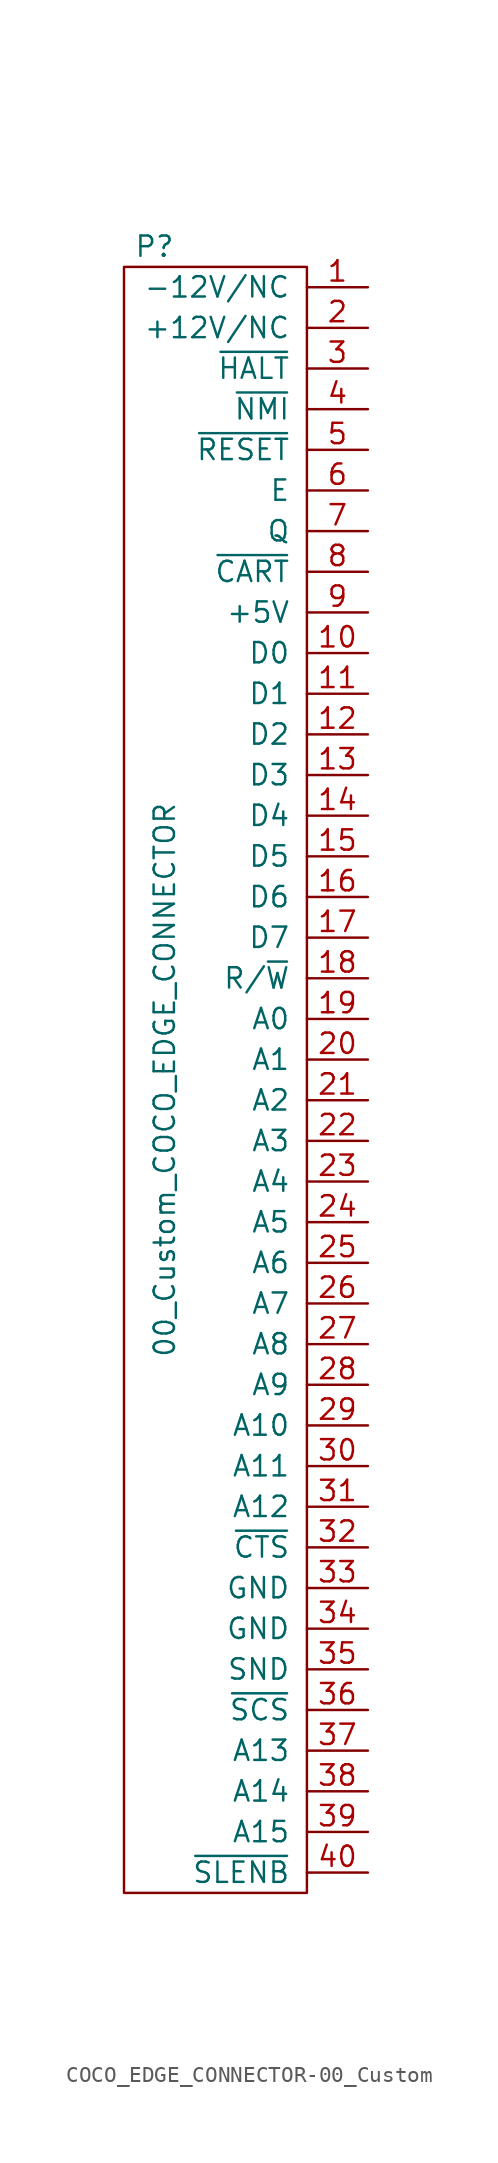
<source format=kicad_sym>
(kicad_symbol_lib
  (version 20220914)
  (generator kicad_symbol_editor)
  (symbol "COCO_EDGE_CONNECTOR-00_Custom"
    (pin_names
      (offset 1.016))
    (property "Reference" "P"
      (at -3.175 52.07 0)
      (effects (font (size 1.27 1.27))))
    (property "Value" "00_Custom_COCO_EDGE_CONNECTOR"
      (at -2.54 0 90)
      (effects (font (size 1.27 1.27))))
    (property "Footprint" ""
      (at -3.175 0 0)
      (effects (font (size 1.27 1.27))))
    (property "Datasheet" ""
      (at -3.175 0 0)
      (effects (font (size 1.27 1.27))))
    (symbol "COCO_EDGE_CONNECTOR-00_Custom_0_1"
      (rectangle (start -5.08 50.8) (end 6.35 -50.8) (stroke (width 0) (type solid)) (fill (type none))))
    (symbol "COCO_EDGE_CONNECTOR-00_Custom_1_1"
      (pin power_out line (at 10.16 49.53 180) (length 3.81) (name "-12V/NC" (effects (font (size 1.27 1.27)))) (number "1" (effects (font (size 1.27 1.27)))))
      (pin passive line (at 10.16 26.67 180) (length 3.81) (name "D0" (effects (font (size 1.27 1.27)))) (number "10" (effects (font (size 1.27 1.27)))))
      (pin passive line (at 10.16 24.13 180) (length 3.81) (name "D1" (effects (font (size 1.27 1.27)))) (number "11" (effects (font (size 1.27 1.27)))))
      (pin passive line (at 10.16 21.59 180) (length 3.81) (name "D2" (effects (font (size 1.27 1.27)))) (number "12" (effects (font (size 1.27 1.27)))))
      (pin passive line (at 10.16 19.05 180) (length 3.81) (name "D3" (effects (font (size 1.27 1.27)))) (number "13" (effects (font (size 1.27 1.27)))))
      (pin passive line (at 10.16 16.51 180) (length 3.81) (name "D4" (effects (font (size 1.27 1.27)))) (number "14" (effects (font (size 1.27 1.27)))))
      (pin passive line (at 10.16 13.97 180) (length 3.81) (name "D5" (effects (font (size 1.27 1.27)))) (number "15" (effects (font (size 1.27 1.27)))))
      (pin passive line (at 10.16 11.43 180) (length 3.81) (name "D6" (effects (font (size 1.27 1.27)))) (number "16" (effects (font (size 1.27 1.27)))))
      (pin passive line (at 10.16 8.89 180) (length 3.81) (name "D7" (effects (font (size 1.27 1.27)))) (number "17" (effects (font (size 1.27 1.27)))))
      (pin passive line (at 10.16 6.35 180) (length 3.81) (name "R/~{W}" (effects (font (size 1.27 1.27)))) (number "18" (effects (font (size 1.27 1.27)))))
      (pin passive line (at 10.16 3.81 180) (length 3.81) (name "A0" (effects (font (size 1.27 1.27)))) (number "19" (effects (font (size 1.27 1.27)))))
      (pin power_out line (at 10.16 46.99 180) (length 3.81) (name "+12V/NC" (effects (font (size 1.27 1.27)))) (number "2" (effects (font (size 1.27 1.27)))))
      (pin passive line (at 10.16 1.27 180) (length 3.81) (name "A1" (effects (font (size 1.27 1.27)))) (number "20" (effects (font (size 1.27 1.27)))))
      (pin passive line (at 10.16 -1.27 180) (length 3.81) (name "A2" (effects (font (size 1.27 1.27)))) (number "21" (effects (font (size 1.27 1.27)))))
      (pin passive line (at 10.16 -3.81 180) (length 3.81) (name "A3" (effects (font (size 1.27 1.27)))) (number "22" (effects (font (size 1.27 1.27)))))
      (pin passive line (at 10.16 -6.35 180) (length 3.81) (name "A4" (effects (font (size 1.27 1.27)))) (number "23" (effects (font (size 1.27 1.27)))))
      (pin passive line (at 10.16 -8.89 180) (length 3.81) (name "A5" (effects (font (size 1.27 1.27)))) (number "24" (effects (font (size 1.27 1.27)))))
      (pin passive line (at 10.16 -11.43 180) (length 3.81) (name "A6" (effects (font (size 1.27 1.27)))) (number "25" (effects (font (size 1.27 1.27)))))
      (pin passive line (at 10.16 -13.97 180) (length 3.81) (name "A7" (effects (font (size 1.27 1.27)))) (number "26" (effects (font (size 1.27 1.27)))))
      (pin passive line (at 10.16 -16.51 180) (length 3.81) (name "A8" (effects (font (size 1.27 1.27)))) (number "27" (effects (font (size 1.27 1.27)))))
      (pin passive line (at 10.16 -19.05 180) (length 3.81) (name "A9" (effects (font (size 1.27 1.27)))) (number "28" (effects (font (size 1.27 1.27)))))
      (pin passive line (at 10.16 -21.59 180) (length 3.81) (name "A10" (effects (font (size 1.27 1.27)))) (number "29" (effects (font (size 1.27 1.27)))))
      (pin passive line (at 10.16 44.45 180) (length 3.81) (name "~{HALT}" (effects (font (size 1.27 1.27)))) (number "3" (effects (font (size 1.27 1.27)))))
      (pin passive line (at 10.16 -24.13 180) (length 3.81) (name "A11" (effects (font (size 1.27 1.27)))) (number "30" (effects (font (size 1.27 1.27)))))
      (pin passive line (at 10.16 -26.67 180) (length 3.81) (name "A12" (effects (font (size 1.27 1.27)))) (number "31" (effects (font (size 1.27 1.27)))))
      (pin passive line (at 10.16 -29.21 180) (length 3.81) (name "~{CTS}" (effects (font (size 1.27 1.27)))) (number "32" (effects (font (size 1.27 1.27)))))
      (pin power_out line (at 10.16 -31.75 180) (length 3.81) (name "GND" (effects (font (size 1.27 1.27)))) (number "33" (effects (font (size 1.27 1.27)))))
      (pin power_in line (at 10.16 -34.29 180) (length 3.81) (name "GND" (effects (font (size 1.27 1.27)))) (number "34" (effects (font (size 1.27 1.27)))))
      (pin passive line (at 10.16 -36.83 180) (length 3.81) (name "SND" (effects (font (size 1.27 1.27)))) (number "35" (effects (font (size 1.27 1.27)))))
      (pin passive line (at 10.16 -39.37 180) (length 3.81) (name "~{SCS}" (effects (font (size 1.27 1.27)))) (number "36" (effects (font (size 1.27 1.27)))))
      (pin passive line (at 10.16 -41.91 180) (length 3.81) (name "A13" (effects (font (size 1.27 1.27)))) (number "37" (effects (font (size 1.27 1.27)))))
      (pin passive line (at 10.16 -44.45 180) (length 3.81) (name "A14" (effects (font (size 1.27 1.27)))) (number "38" (effects (font (size 1.27 1.27)))))
      (pin passive line (at 10.16 -46.99 180) (length 3.81) (name "A15" (effects (font (size 1.27 1.27)))) (number "39" (effects (font (size 1.27 1.27)))))
      (pin passive line (at 10.16 41.91 180) (length 3.81) (name "~{NMI}" (effects (font (size 1.27 1.27)))) (number "4" (effects (font (size 1.27 1.27)))))
      (pin passive line (at 10.16 -49.53 180) (length 3.81) (name "~{SLENB}" (effects (font (size 1.27 1.27)))) (number "40" (effects (font (size 1.27 1.27)))))
      (pin passive line (at 10.16 39.37 180) (length 3.81) (name "~{RESET}" (effects (font (size 1.27 1.27)))) (number "5" (effects (font (size 1.27 1.27)))))
      (pin passive line (at 10.16 36.83 180) (length 3.81) (name "E" (effects (font (size 1.27 1.27)))) (number "6" (effects (font (size 1.27 1.27)))))
      (pin passive line (at 10.16 34.29 180) (length 3.81) (name "Q" (effects (font (size 1.27 1.27)))) (number "7" (effects (font (size 1.27 1.27)))))
      (pin passive line (at 10.16 31.75 180) (length 3.81) (name "~{CART}" (effects (font (size 1.27 1.27)))) (number "8" (effects (font (size 1.27 1.27)))))
      (pin power_out line (at 10.16 29.21 180) (length 3.81) (name "+5V" (effects (font (size 1.27 1.27)))) (number "9" (effects (font (size 1.27 1.27))))))))
</source>
